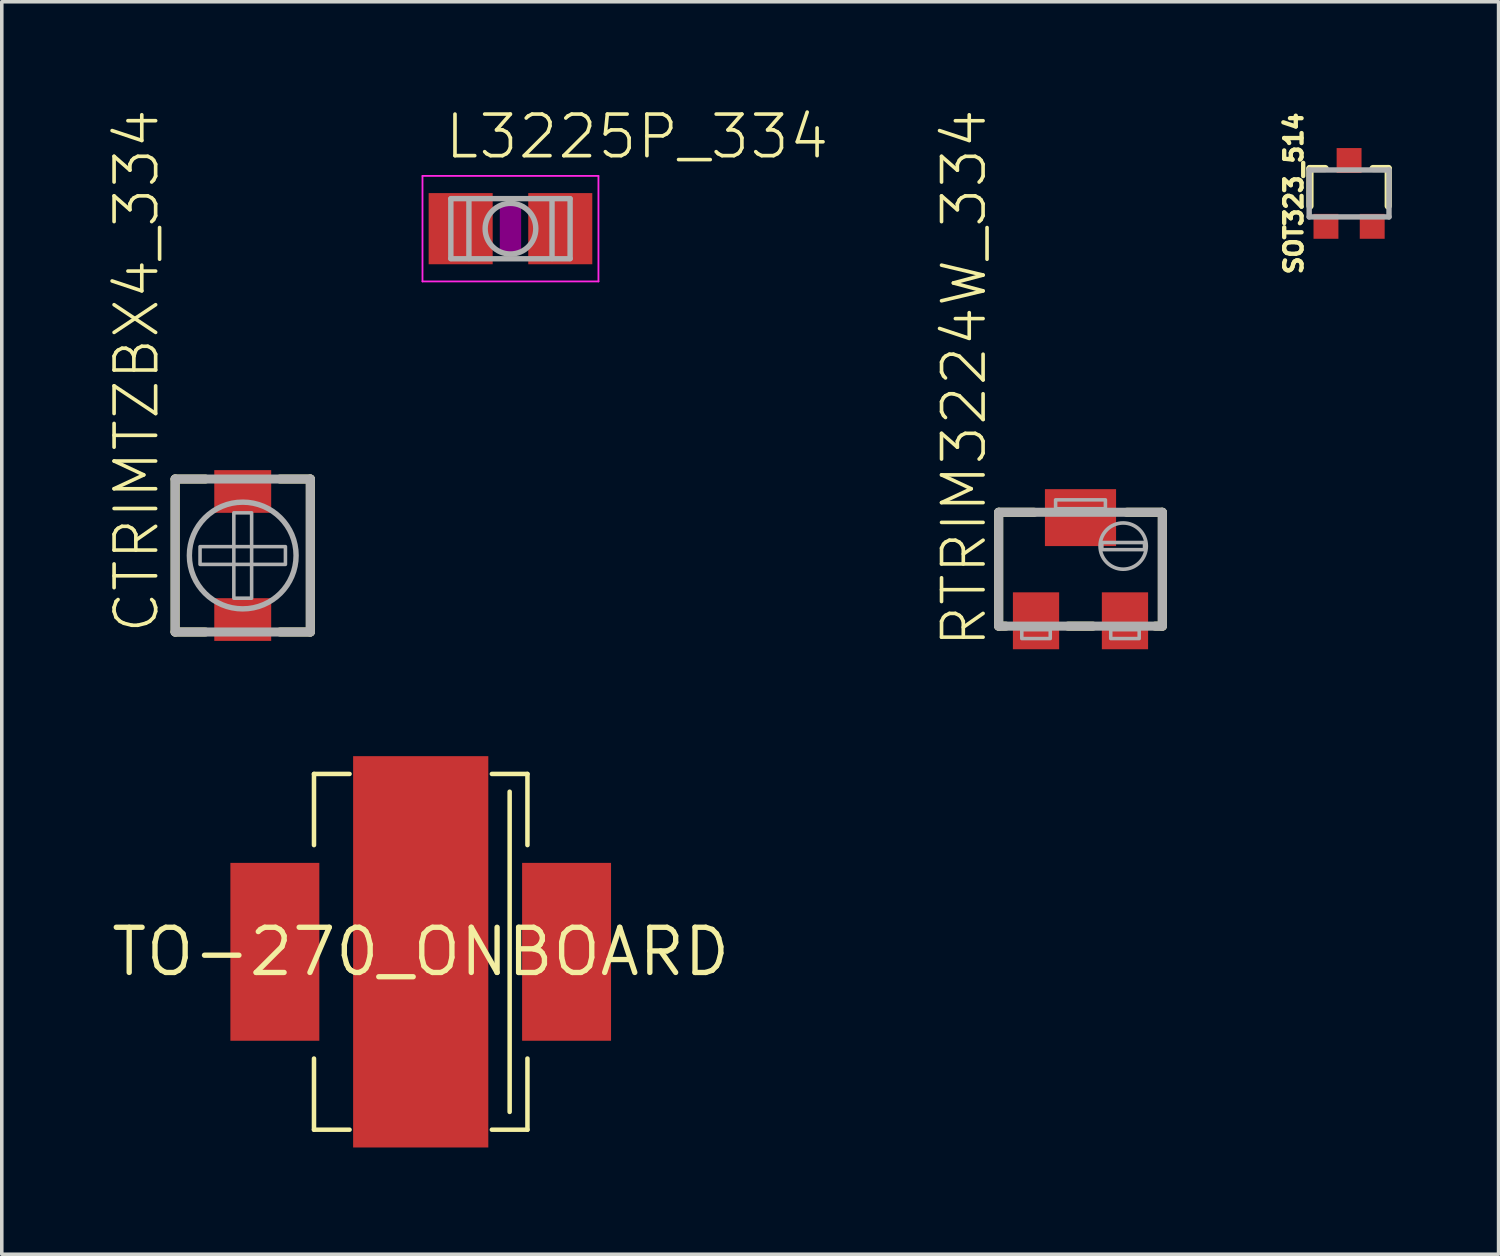
<source format=kicad_pcb>
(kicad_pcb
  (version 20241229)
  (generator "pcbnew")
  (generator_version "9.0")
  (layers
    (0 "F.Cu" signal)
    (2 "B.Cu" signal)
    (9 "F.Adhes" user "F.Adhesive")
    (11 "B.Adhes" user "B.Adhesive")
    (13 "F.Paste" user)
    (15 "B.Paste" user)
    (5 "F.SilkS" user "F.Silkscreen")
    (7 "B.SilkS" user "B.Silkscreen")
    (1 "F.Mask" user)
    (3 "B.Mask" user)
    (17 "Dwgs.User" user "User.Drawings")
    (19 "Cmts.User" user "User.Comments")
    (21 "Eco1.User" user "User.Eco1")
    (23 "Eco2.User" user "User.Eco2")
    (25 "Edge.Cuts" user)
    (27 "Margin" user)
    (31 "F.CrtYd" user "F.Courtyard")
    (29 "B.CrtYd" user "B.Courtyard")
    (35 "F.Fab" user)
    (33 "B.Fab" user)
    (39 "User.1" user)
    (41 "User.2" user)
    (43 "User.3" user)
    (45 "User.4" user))
  (footprint "RTRIM3224W_334"
    (layer "F.Cu")
    (at 27.322 12.95)
    (property "Reference" "RTRIM3224W_334" (at -2.59 2.255 90) (unlocked yes) (layer "F.SilkS") (effects (font (size 1.168 1.168) (thickness 0.102)) (justify left bottom)))
    (fp_line (start -2.3 -1.6) (end -1.3 -1.6) (stroke (width 0.254) (type solid)) (layer "F.SilkS"))
    (fp_line (start -2.3 1.6) (end -2.3 -1.6) (stroke (width 0.254) (type solid)) (layer "F.SilkS"))
    (fp_line (start -2.1 1.6) (end -2.3 1.6) (stroke (width 0.254) (type solid)) (layer "F.SilkS"))
    (fp_line (start 0.35 1.6) (end -0.35 1.6) (stroke (width 0.254) (type solid)) (layer "F.SilkS"))
    (fp_line (start 1.3 -1.6) (end 2.3 -1.6) (stroke (width 0.254) (type solid)) (layer "F.SilkS"))
    (fp_line (start 2.3 -1.6) (end 2.3 1.6) (stroke (width 0.254) (type solid)) (layer "F.SilkS"))
    (fp_line (start 2.3 1.6) (end 2.1 1.6) (stroke (width 0.254) (type solid)) (layer "F.SilkS"))
    (fp_line (start -2.3 -1.6) (end 2.3 -1.6) (stroke (width 0.254) (type solid)) (layer "F.Fab"))
    (fp_line (start -2.3 1.6) (end -2.3 -1.6) (stroke (width 0.254) (type solid)) (layer "F.Fab"))
    (fp_line (start 2.3 -1.6) (end 2.3 1.6) (stroke (width 0.254) (type solid)) (layer "F.Fab"))
    (fp_line (start 2.3 1.6) (end -2.3 1.6) (stroke (width 0.254) (type solid)) (layer "F.Fab"))
    (fp_circle (center 1.2 -0.65) (end 1.85 -0.65) (stroke (width 0.102) (type solid)) (fill no) (layer "F.Fab"))
    (fp_poly (pts (xy -1.65 1.95) (xy -0.85 1.95) (xy -0.85 1.7) (xy -1.65 1.7)) (stroke (width 0.1) (type default)) (fill no) (layer "F.Fab"))
    (fp_poly (pts (xy -0.7 -1.7) (xy 0.7 -1.7) (xy 0.7 -1.95) (xy -0.7 -1.95)) (stroke (width 0.1) (type default)) (fill no) (layer "F.Fab"))
    (fp_poly (pts (xy 0.6 -0.55) (xy 1.8 -0.55) (xy 1.8 -0.75) (xy 0.6 -0.75)) (stroke (width 0.1) (type default)) (fill no) (layer "F.Fab"))
    (fp_poly (pts (xy 0.85 1.95) (xy 1.65 1.95) (xy 1.65 1.7) (xy 0.85 1.7)) (stroke (width 0.1) (type default)) (fill no) (layer "F.Fab"))
    (pad "1" smd rect (at -1.25 1.45) (size 1.3 1.6) (layers "F.Cu" "F.Mask" "F.Paste"))
    (pad "2" smd rect (at 0 -1.45) (size 2 1.6) (layers "F.Cu" "F.Mask" "F.Paste"))
    (pad "3" smd rect (at 1.25 1.45) (size 1.3 1.6) (layers "F.Cu" "F.Mask" "F.Paste")))
  (footprint "CTRIMTZBX4_334"
    (layer "F.Cu")
    (at 3.773 12.565)
    (property "Reference" "CTRIMTZBX4_334" (at -2.3 2.25 90) (unlocked yes) (layer "F.SilkS") (effects (font (size 1.168 1.168) (thickness 0.102)) (justify left bottom)))
    (fp_line (start -1.9 -2.15) (end -1.05 -2.15) (stroke (width 0.254) (type solid)) (layer "F.SilkS"))
    (fp_line (start -1.9 2.15) (end -1.9 -2.15) (stroke (width 0.254) (type solid)) (layer "F.SilkS"))
    (fp_line (start -1.05 2.15) (end -1.9 2.15) (stroke (width 0.254) (type solid)) (layer "F.SilkS"))
    (fp_line (start 1.05 2.15) (end 1.9 2.15) (stroke (width 0.254) (type solid)) (layer "F.SilkS"))
    (fp_line (start 1.9 -2.15) (end 1.05 -2.15) (stroke (width 0.254) (type solid)) (layer "F.SilkS"))
    (fp_line (start 1.9 2.15) (end 1.9 -2.15) (stroke (width 0.254) (type solid)) (layer "F.SilkS"))
    (fp_line (start -1.9 -2.15) (end -1.9 2.15) (stroke (width 0.254) (type solid)) (layer "F.Fab"))
    (fp_line (start -1.9 2.15) (end 1.9 2.15) (stroke (width 0.254) (type solid)) (layer "F.Fab"))
    (fp_line (start 1.9 -2.15) (end -1.9 -2.15) (stroke (width 0.254) (type solid)) (layer "F.Fab"))
    (fp_line (start 1.9 2.15) (end 1.9 -2.15) (stroke (width 0.254) (type solid)) (layer "F.Fab"))
    (fp_circle (center 0 0) (end 1.5 0) (stroke (width 0.152) (type solid)) (fill no) (layer "F.Fab"))
    (fp_poly (pts (xy -1.2 0.25) (xy 1.2 0.25) (xy 1.2 -0.25) (xy -1.2 -0.25)) (stroke (width 0.1) (type default)) (fill no) (layer "F.Fab"))
    (fp_poly (pts (xy -0.25 1.2) (xy 0.25 1.2) (xy 0.25 -1.2) (xy -0.25 -1.2)) (stroke (width 0.1) (type default)) (fill no) (layer "F.Fab"))
    (pad "1" smd rect (at 0 -1.8) (size 1.6 1.2) (layers "F.Cu" "F.Mask" "F.Paste"))
    (pad "2" smd rect (at 0 1.8) (size 1.6 1.2) (layers "F.Cu" "F.Mask" "F.Paste")))
  (footprint "TO-270_ONBOARD"
    (layer "F.Cu")
    (at 8.776 23.705)
    (property "Reference" "TO-270_ONBOARD" (at 0 0 0) (layer "F.SilkS") (effects (font (size 1.27 1.27) (thickness 0.15))))
    (fp_line (start -3 -5) (end -2 -5) (stroke (width 0.127) (type solid)) (layer "F.SilkS"))
    (fp_line (start -3 -3) (end -3 -5) (stroke (width 0.127) (type solid)) (layer "F.SilkS"))
    (fp_line (start -3 3) (end -3 5) (stroke (width 0.127) (type solid)) (layer "F.SilkS"))
    (fp_line (start -3 5) (end -2 5) (stroke (width 0.127) (type solid)) (layer "F.SilkS"))
    (fp_line (start 2 -5) (end 3 -5) (stroke (width 0.127) (type solid)) (layer "F.SilkS"))
    (fp_line (start 2.5 -4.5) (end 2.5 4.5) (stroke (width 0.127) (type solid)) (layer "F.SilkS"))
    (fp_line (start 3 -5) (end 3 -3) (stroke (width 0.127) (type solid)) (layer "F.SilkS"))
    (fp_line (start 3 3) (end 3 5) (stroke (width 0.127) (type solid)) (layer "F.SilkS"))
    (fp_line (start 3 5) (end 2 5) (stroke (width 0.127) (type solid)) (layer "F.SilkS"))
    (pad "P$1" smd rect (at 4.1 0) (size 2.5 5) (layers "F.Cu" "F.Mask" "F.Paste"))
    (pad "P$2" smd rect (at -4.1 0) (size 2.5 5) (layers "F.Cu" "F.Mask" "F.Paste"))
    (pad "P$3" smd rect (at 0 0) (size 3.8 11) (layers "F.Cu" "F.Mask" "F.Paste")))
  (footprint "SOT323_514"
    (layer "F.Cu")
    (at 34.872 2.387)
    (property "Reference" "SOT323_514" (at -1.27 0 90) (unlocked yes) (layer "F.SilkS") (effects (font (size 0.488 0.488) (thickness 0.122)) (justify bottom)))
    (fp_line (start -1.1 -0.7) (end -1.1 0.354) (stroke (width 0.203) (type solid)) (layer "F.SilkS"))
    (fp_line (start -0.673 -0.7) (end -1.1 -0.7) (stroke (width 0.203) (type solid)) (layer "F.SilkS"))
    (fp_line (start 0.673 -0.7) (end 1.1 -0.7) (stroke (width 0.203) (type solid)) (layer "F.SilkS"))
    (fp_line (start 1.1 -0.7) (end 1.1 0.354) (stroke (width 0.203) (type solid)) (layer "F.SilkS"))
    (fp_line (start -1.122 -0.66) (end 1.122 -0.66) (stroke (width 0.152) (type solid)) (layer "F.Fab"))
    (fp_line (start -1.122 0.66) (end -1.122 -0.66) (stroke (width 0.152) (type solid)) (layer "F.Fab"))
    (fp_line (start 1.122 -0.66) (end 1.122 0.66) (stroke (width 0.152) (type solid)) (layer "F.Fab"))
    (fp_line (start 1.122 0.66) (end -1.122 0.66) (stroke (width 0.152) (type solid)) (layer "F.Fab"))
    (pad "1" smd rect (at -0.65 0.925) (size 0.7 0.7) (layers "F.Cu" "F.Mask" "F.Paste"))
    (pad "2" smd rect (at 0.65 0.925) (size 0.7 0.7) (layers "F.Cu" "F.Mask" "F.Paste"))
    (pad "3" smd rect (at 0 -0.925) (size 0.7 0.7) (layers "F.Cu" "F.Mask" "F.Paste")))
  (footprint "L3225P_334"
    (layer "F.Cu")
    (at 11.299 3.378)
    (property "Reference" "L3225P_334" (at -1.905 -1.905 0) (unlocked yes) (layer "F.SilkS") (effects (font (size 1.168 1.168) (thickness 0.102)) (justify left bottom)))
    (fp_poly (pts (xy -0.3 0.7) (xy 0.3 0.7) (xy 0.3 -0.7) (xy -0.3 -0.7)) (stroke (width 0) (type default)) (fill yes) (layer "F.Adhes"))
    (fp_line (start -2.473 -1.483) (end 2.473 -1.483) (stroke (width 0.051) (type solid)) (layer "F.CrtYd"))
    (fp_line (start -2.473 1.483) (end -2.473 -1.483) (stroke (width 0.051) (type solid)) (layer "F.CrtYd"))
    (fp_line (start 2.473 -1.483) (end 2.473 1.483) (stroke (width 0.051) (type solid)) (layer "F.CrtYd"))
    (fp_line (start 2.473 1.483) (end -2.473 1.483) (stroke (width 0.051) (type solid)) (layer "F.CrtYd"))
    (fp_line (start -1.676 -0.845) (end 1.676 -0.845) (stroke (width 0.152) (type solid)) (layer "F.Fab"))
    (fp_line (start -1.676 -0.838) (end -1.676 0.838) (stroke (width 0.152) (type solid)) (layer "F.Fab"))
    (fp_line (start -1.168 -0.838) (end -1.168 0.838) (stroke (width 0.152) (type solid)) (layer "F.Fab"))
    (fp_line (start 1.168 -0.838) (end 1.168 0.838) (stroke (width 0.152) (type solid)) (layer "F.Fab"))
    (fp_line (start 1.676 -0.838) (end 1.676 0.838) (stroke (width 0.152) (type solid)) (layer "F.Fab"))
    (fp_line (start 1.676 0.845) (end -1.676 0.845) (stroke (width 0.152) (type solid)) (layer "F.Fab"))
    (fp_circle (center 0 0) (end 0.712 0) (stroke (width 0.152) (type solid)) (fill no) (layer "F.Fab"))
    (pad "1" smd rect (at -1.4 0) (size 1.8 2) (layers "F.Cu" "F.Mask" "F.Paste"))
    (pad "2" smd rect (at 1.4 0) (size 1.8 2) (layers "F.Cu" "F.Mask" "F.Paste")))
  (gr_rect
    (start -3 -3)
    (end 39.074 32.205)
    (stroke (width 0.1) (type default))
    (fill no)
    (layer "Edge.Cuts")))
</source>
